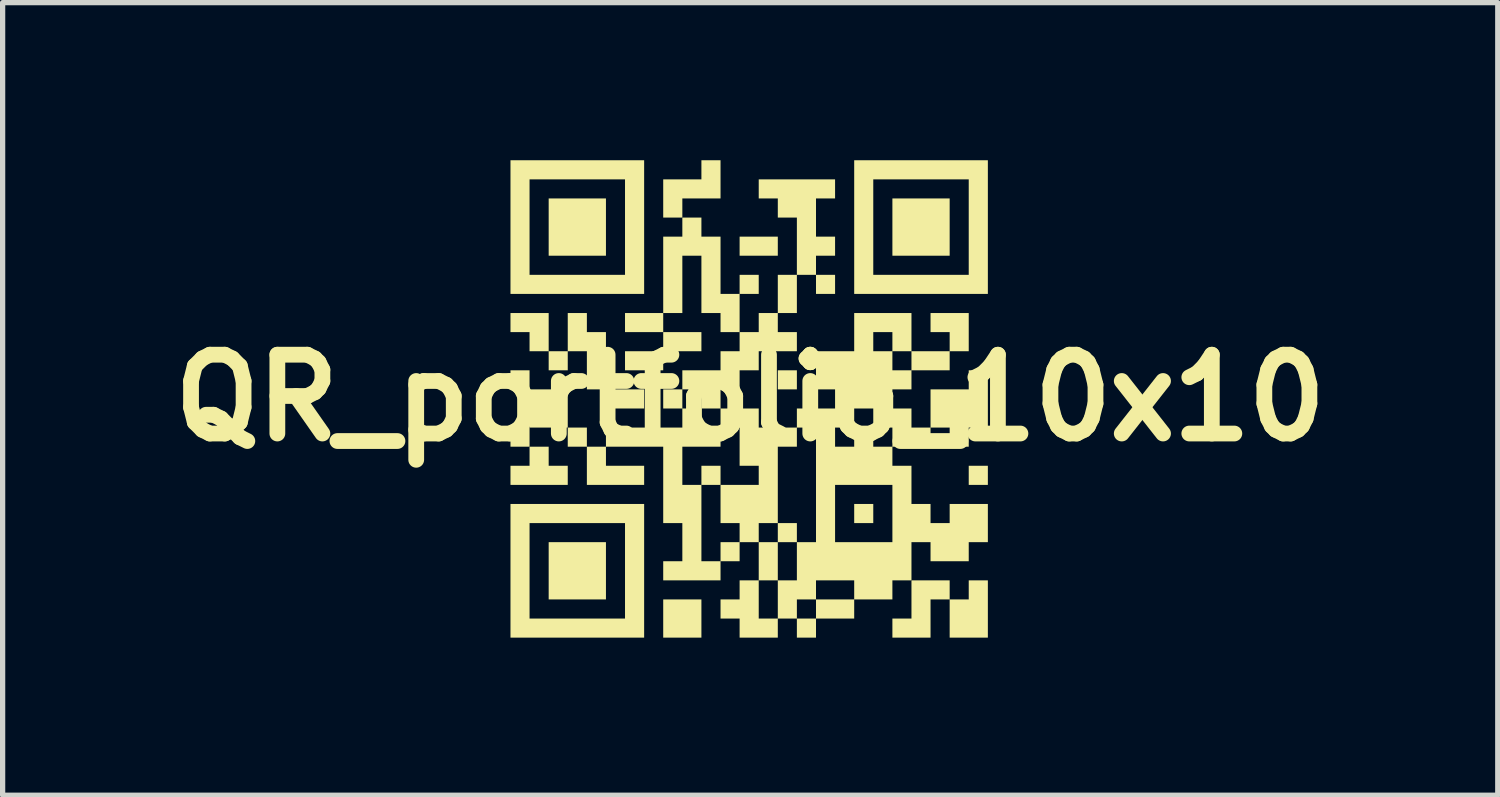
<source format=kicad_pcb>
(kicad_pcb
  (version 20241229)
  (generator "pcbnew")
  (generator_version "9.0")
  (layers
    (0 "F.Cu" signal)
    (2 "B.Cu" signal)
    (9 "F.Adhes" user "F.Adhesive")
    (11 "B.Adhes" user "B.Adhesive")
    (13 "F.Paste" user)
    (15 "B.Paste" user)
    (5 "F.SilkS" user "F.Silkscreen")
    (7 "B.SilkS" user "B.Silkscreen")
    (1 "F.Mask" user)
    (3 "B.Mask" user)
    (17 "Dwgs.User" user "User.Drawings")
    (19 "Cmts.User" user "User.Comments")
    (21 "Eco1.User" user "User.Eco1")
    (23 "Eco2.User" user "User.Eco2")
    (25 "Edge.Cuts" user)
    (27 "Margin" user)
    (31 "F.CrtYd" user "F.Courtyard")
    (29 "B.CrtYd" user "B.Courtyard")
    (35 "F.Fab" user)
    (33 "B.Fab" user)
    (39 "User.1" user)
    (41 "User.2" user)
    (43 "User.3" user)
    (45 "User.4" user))
  (footprint "QR_portfolio_10x10"
    (layer "F.Cu")
    (at 11.229 4.523)
    (property "Reference" "QR_portfolio_10x10" (at 0 0 0) (layer "F.SilkS") (effects (font (size 1.5 1.5) (thickness 0.3))))
    (attr board_only exclude_from_pos_files exclude_from_bom)
    (fp_poly (pts (xy -4.2 -0.343) (xy -4.2 -0.162) (xy -4.381 -0.162) (xy -4.563 -0.162) (xy -4.563 -0.343) (xy -4.563 -0.525) (xy -4.381 -0.525) (xy -4.2 -0.525)) (stroke (width 0) (type solid)) (fill yes) (layer "F.SilkS"))
    (fp_poly (pts (xy -2.746 -3.251) (xy -2.746 -2.706) (xy -3.291 -2.706) (xy -3.836 -2.706) (xy -3.836 -3.251) (xy -3.836 -3.796) (xy -3.291 -3.796) (xy -2.746 -3.796)) (stroke (width 0) (type solid)) (fill yes) (layer "F.SilkS"))
    (fp_poly (pts (xy -2.746 3.291) (xy -2.746 3.836) (xy -3.291 3.836) (xy -3.836 3.836) (xy -3.836 3.291) (xy -3.836 2.746) (xy -3.291 2.746) (xy -2.746 2.746)) (stroke (width 0) (type solid)) (fill yes) (layer "F.SilkS"))
    (fp_poly (pts (xy -2.019 0.02) (xy -2.019 0.202) (xy -2.383 0.202) (xy -2.746 0.202) (xy -2.746 0.02) (xy -2.746 -0.162) (xy -2.383 -0.162) (xy -2.019 -0.162)) (stroke (width 0) (type solid)) (fill yes) (layer "F.SilkS"))
    (fp_poly (pts (xy -0.929 4.2) (xy -0.929 4.563) (xy -1.292 4.563) (xy -1.656 4.563) (xy -1.656 4.2) (xy -1.656 3.836) (xy -1.292 3.836) (xy -0.929 3.836)) (stroke (width 0) (type solid)) (fill yes) (layer "F.SilkS"))
    (fp_poly (pts (xy -0.565 1.474) (xy -0.565 1.656) (xy -0.747 1.656) (xy -0.929 1.656) (xy -0.929 1.474) (xy -0.929 1.292) (xy -0.747 1.292) (xy -0.565 1.292)) (stroke (width 0) (type solid)) (fill yes) (layer "F.SilkS"))
    (fp_poly (pts (xy 0.525 -2.887) (xy 0.525 -2.706) (xy 0.162 -2.706) (xy -0.202 -2.706) (xy -0.202 -2.887) (xy -0.202 -3.069) (xy 0.162 -3.069) (xy 0.525 -3.069)) (stroke (width 0) (type solid)) (fill yes) (layer "F.SilkS"))
    (fp_poly (pts (xy 0.888 -0.343) (xy 0.888 -0.162) (xy 0.707 -0.162) (xy 0.525 -0.162) (xy 0.525 -0.343) (xy 0.525 -0.525) (xy 0.707 -0.525) (xy 0.888 -0.525)) (stroke (width 0) (type solid)) (fill yes) (layer "F.SilkS"))
    (fp_poly (pts (xy 0.888 2.564) (xy 0.888 2.746) (xy 0.707 2.746) (xy 0.525 2.746) (xy 0.525 2.564) (xy 0.525 2.383) (xy 0.707 2.383) (xy 0.888 2.383)) (stroke (width 0) (type solid)) (fill yes) (layer "F.SilkS"))
    (fp_poly (pts (xy 1.615 -2.16) (xy 1.615 -1.979) (xy 1.434 -1.979) (xy 1.252 -1.979) (xy 1.252 -2.16) (xy 1.252 -2.342) (xy 1.434 -2.342) (xy 1.615 -2.342)) (stroke (width 0) (type solid)) (fill yes) (layer "F.SilkS"))
    (fp_poly (pts (xy 2.342 2.201) (xy 2.342 2.383) (xy 2.16 2.383) (xy 1.979 2.383) (xy 1.979 2.201) (xy 1.979 2.019) (xy 2.16 2.019) (xy 2.342 2.019)) (stroke (width 0) (type solid)) (fill yes) (layer "F.SilkS"))
    (fp_poly (pts (xy 3.796 -3.251) (xy 3.796 -2.706) (xy 3.251 -2.706) (xy 2.706 -2.706) (xy 2.706 -3.251) (xy 2.706 -3.796) (xy 3.251 -3.796) (xy 3.796 -3.796)) (stroke (width 0) (type solid)) (fill yes) (layer "F.SilkS"))
    (fp_poly (pts (xy 4.523 1.474) (xy 4.523 1.656) (xy 4.341 1.656) (xy 4.159 1.656) (xy 4.159 1.474) (xy 4.159 1.292) (xy 4.341 1.292) (xy 4.523 1.292)) (stroke (width 0) (type solid)) (fill yes) (layer "F.SilkS"))
    (fp_poly (pts (xy -3.836 1.11) (xy -3.836 1.292) (xy -3.655 1.292) (xy -3.473 1.292) (xy -3.473 1.474) (xy -3.473 1.656) (xy -4.018 1.656) (xy -4.563 1.656) (xy -4.563 1.474) (xy -4.563 1.292) (xy -4.381 1.292) (xy -4.2 1.292) (xy -4.2 1.11) (xy -4.2 0.929) (xy -4.018 0.929) (xy -3.836 0.929)) (stroke (width 0) (type solid)) (fill yes) (layer "F.SilkS"))
    (fp_poly (pts (xy -3.473 0.202) (xy -3.473 0.565) (xy -3.836 0.565) (xy -4.2 0.565) (xy -4.2 0.747) (xy -4.2 0.929) (xy -4.381 0.929) (xy -4.563 0.929) (xy -4.563 0.747) (xy -4.563 0.565) (xy -4.381 0.565) (xy -4.2 0.565) (xy -4.2 0.202) (xy -4.2 -0.162) (xy -3.836 -0.162) (xy -3.473 -0.162)) (stroke (width 0) (type solid)) (fill yes) (layer "F.SilkS"))
    (fp_poly (pts (xy -0.929 -1.07) (xy -0.929 -0.888) (xy -1.292 -0.888) (xy -1.656 -0.888) (xy -1.656 -0.707) (xy -1.656 -0.525) (xy -2.019 -0.525) (xy -2.383 -0.525) (xy -2.383 -0.707) (xy -2.383 -0.888) (xy -2.019 -0.888) (xy -1.656 -0.888) (xy -1.656 -1.07) (xy -1.656 -1.252) (xy -1.292 -1.252) (xy -0.929 -1.252)) (stroke (width 0) (type solid)) (fill yes) (layer "F.SilkS"))
    (fp_poly (pts (xy -0.565 -4.159) (xy -0.565 -3.796) (xy -0.929 -3.796) (xy -1.292 -3.796) (xy -1.292 -3.614) (xy -1.292 -3.432) (xy -1.474 -3.432) (xy -1.656 -3.432) (xy -1.656 -3.796) (xy -1.656 -4.159) (xy -1.292 -4.159) (xy -0.929 -4.159) (xy -0.929 -4.341) (xy -0.929 -4.523) (xy -0.747 -4.523) (xy -0.565 -4.523)) (stroke (width 0) (type solid)) (fill yes) (layer "F.SilkS"))
    (fp_poly (pts (xy -2.019 -3.251) (xy -2.019 -1.979) (xy -3.291 -1.979) (xy -4.563 -1.979) (xy -4.563 -3.251) (xy -4.2 -3.251) (xy -4.2 -2.342) (xy -3.291 -2.342) (xy -2.383 -2.342) (xy -2.383 -3.251) (xy -2.383 -4.159) (xy -3.291 -4.159) (xy -4.2 -4.159) (xy -4.2 -3.251) (xy -4.563 -3.251) (xy -4.563 -4.523) (xy -3.291 -4.523) (xy -2.019 -4.523)) (stroke (width 0) (type solid)) (fill yes) (layer "F.SilkS"))
    (fp_poly (pts (xy -2.019 3.291) (xy -2.019 4.563) (xy -3.291 4.563) (xy -4.563 4.563) (xy -4.563 3.291) (xy -4.2 3.291) (xy -4.2 4.2) (xy -3.291 4.2) (xy -2.383 4.2) (xy -2.383 3.291) (xy -2.383 2.383) (xy -3.291 2.383) (xy -4.2 2.383) (xy -4.2 3.291) (xy -4.563 3.291) (xy -4.563 2.019) (xy -3.291 2.019) (xy -2.019 2.019)) (stroke (width 0) (type solid)) (fill yes) (layer "F.SilkS"))
    (fp_poly (pts (xy 4.523 -3.251) (xy 4.523 -1.979) (xy 3.251 -1.979) (xy 1.979 -1.979) (xy 1.979 -3.251) (xy 2.342 -3.251) (xy 2.342 -2.342) (xy 3.251 -2.342) (xy 4.159 -2.342) (xy 4.159 -3.251) (xy 4.159 -4.159) (xy 3.251 -4.159) (xy 2.342 -4.159) (xy 2.342 -3.251) (xy 1.979 -3.251) (xy 1.979 -4.523) (xy 3.251 -4.523) (xy 4.523 -4.523)) (stroke (width 0) (type solid)) (fill yes) (layer "F.SilkS"))
    (fp_poly (pts (xy 3.796 3.655) (xy 3.796 3.836) (xy 3.978 3.836) (xy 4.159 3.836) (xy 4.159 3.655) (xy 4.159 3.473) (xy 4.341 3.473) (xy 4.523 3.473) (xy 4.523 4.018) (xy 4.523 4.563) (xy 4.159 4.563) (xy 3.796 4.563) (xy 3.796 4.2) (xy 3.796 3.836) (xy 3.614 3.836) (xy 3.432 3.836) (xy 3.432 4.2) (xy 3.432 4.563) (xy 3.069 4.563) (xy 2.706 4.563) (xy 2.706 4.381) (xy 2.706 4.2) (xy 2.887 4.2) (xy 3.069 4.2) (xy 3.069 3.836) (xy 3.069 3.473) (xy 3.432 3.473) (xy 3.796 3.473)) (stroke (width 0) (type solid)) (fill yes) (layer "F.SilkS"))
    (fp_poly (pts (xy -3.836 -1.252) (xy -3.836 -0.888) (xy -3.655 -0.888) (xy -3.473 -0.888) (xy -3.473 -1.252) (xy -3.473 -1.615) (xy -3.291 -1.615) (xy -3.109 -1.615) (xy -3.109 -1.434) (xy -3.109 -1.252) (xy -2.928 -1.252) (xy -2.746 -1.252) (xy -2.746 -0.707) (xy -2.746 -0.162) (xy -2.928 -0.162) (xy -3.109 -0.162) (xy -3.109 -0.525) (xy -3.109 -0.888) (xy -3.291 -0.888) (xy -3.473 -0.888) (xy -3.473 -0.707) (xy -3.473 -0.525) (xy -3.655 -0.525) (xy -3.836 -0.525) (xy -3.836 -0.707) (xy -3.836 -0.888) (xy -4.018 -0.888) (xy -4.2 -0.888) (xy -4.2 -1.07) (xy -4.2 -1.252) (xy -4.381 -1.252) (xy -4.563 -1.252) (xy -4.563 -1.434) (xy -4.563 -1.615) (xy -4.2 -1.615) (xy -3.836 -1.615)) (stroke (width 0) (type solid)) (fill yes) (layer "F.SilkS"))
    (fp_poly (pts (xy 1.615 -3.978) (xy 1.615 -3.796) (xy 1.434 -3.796) (xy 1.252 -3.796) (xy 1.252 -3.432) (xy 1.252 -3.069) (xy 1.434 -3.069) (xy 1.615 -3.069) (xy 1.615 -2.887) (xy 1.615 -2.706) (xy 1.434 -2.706) (xy 1.252 -2.706) (xy 1.252 -2.524) (xy 1.252 -2.342) (xy 1.07 -2.342) (xy 0.888 -2.342) (xy 0.888 -1.979) (xy 0.888 -1.615) (xy 0.707 -1.615) (xy 0.525 -1.615) (xy 0.525 -1.434) (xy 0.525 -1.252) (xy 0.707 -1.252) (xy 0.888 -1.252) (xy 0.888 -1.07) (xy 0.888 -0.888) (xy 0.525 -0.888) (xy 0.162 -0.888) (xy 0.162 -0.707) (xy 0.162 -0.525) (xy -0.02 -0.525) (xy -0.202 -0.525) (xy -0.202 -0.343) (xy -0.202 -0.162) (xy -0.384 -0.162) (xy -0.565 -0.162) (xy -0.565 0.02) (xy -0.565 0.202) (xy -0.747 0.202) (xy -0.929 0.202) (xy -0.929 0.384) (xy -0.929 0.565) (xy -0.747 0.565) (xy -0.565 0.565) (xy -0.565 0.384) (xy -0.565 0.202) (xy -0.202 0.202) (xy 0.162 0.202) (xy 0.162 0.384) (xy 0.162 0.565) (xy 0.525 0.565) (xy 0.888 0.565) (xy 0.888 0.384) (xy 0.888 0.202) (xy 1.252 0.202) (xy 1.615 0.202) (xy 1.615 0.02) (xy 1.615 -0.162) (xy 1.434 -0.162) (xy 1.252 -0.162) (xy 1.252 -0.525) (xy 1.252 -0.707) (xy 2.706 -0.707) (xy 2.706 -0.525) (xy 2.887 -0.525) (xy 3.069 -0.525) (xy 3.069 -0.707) (xy 3.069 -0.888) (xy 2.887 -0.888) (xy 2.706 -0.888) (xy 2.706 -0.707) (xy 1.252 -0.707) (xy 1.252 -0.888) (xy 1.615 -0.888) (xy 1.979 -0.888) (xy 1.979 -1.07) (xy 2.342 -1.07) (xy 2.342 -0.888) (xy 2.524 -0.888) (xy 2.706 -0.888) (xy 2.706 -1.07) (xy 2.706 -1.252) (xy 2.524 -1.252) (xy 2.342 -1.252) (xy 2.342 -1.07) (xy 1.979 -1.07) (xy 1.979 -1.252) (xy 1.979 -1.615) (xy 2.524 -1.615) (xy 3.069 -1.615) (xy 3.069 -1.252) (xy 3.069 -0.888) (xy 3.432 -0.888) (xy 3.796 -0.888) (xy 3.796 -1.07) (xy 3.796 -1.252) (xy 3.614 -1.252) (xy 3.432 -1.252) (xy 3.432 -1.434) (xy 3.432 -1.615) (xy 3.796 -1.615) (xy 4.159 -1.615) (xy 4.159 -1.252) (xy 4.159 -0.888) (xy 3.978 -0.888) (xy 3.796 -0.888) (xy 3.796 -0.707) (xy 3.796 -0.525) (xy 3.432 -0.525) (xy 3.069 -0.525) (xy 3.069 -0.343) (xy 3.069 -0.162) (xy 2.887 -0.162) (xy 2.706 -0.162) (xy 2.706 0.02) (xy 2.706 0.202) (xy 2.887 0.202) (xy 3.069 0.202) (xy 3.069 0.384) (xy 3.069 0.565) (xy 3.251 0.565) (xy 3.432 0.565) (xy 3.432 0.202) (xy 3.432 -0.162) (xy 3.796 -0.162) (xy 4.159 -0.162) (xy 4.159 -0.343) (xy 4.159 -0.525) (xy 4.341 -0.525) (xy 4.523 -0.525) (xy 4.523 0.02) (xy 4.523 0.565) (xy 4.341 0.565) (xy 4.159 0.565) (xy 4.159 0.747) (xy 4.159 0.929) (xy 3.978 0.929) (xy 3.796 0.929) (xy 3.796 0.747) (xy 3.796 0.565) (xy 3.614 0.565) (xy 3.432 0.565) (xy 3.432 0.747) (xy 3.432 0.929) (xy 3.069 0.929) (xy 2.706 0.929) (xy 2.706 1.11) (xy 2.706 1.292) (xy 2.887 1.292) (xy 3.069 1.292) (xy 3.069 1.656) (xy 3.069 2.019) (xy 3.251 2.019) (xy 3.432 2.019) (xy 3.432 2.201) (xy 3.432 2.383) (xy 3.614 2.383) (xy 3.796 2.383) (xy 3.796 2.201) (xy 3.796 2.019) (xy 4.159 2.019) (xy 4.523 2.019) (xy 4.523 2.383) (xy 4.523 2.746) (xy 4.341 2.746) (xy 4.159 2.746) (xy 4.159 2.928) (xy 4.159 3.109) (xy 3.796 3.109) (xy 3.432 3.109) (xy 3.432 2.928) (xy 3.432 2.746) (xy 3.251 2.746) (xy 3.069 2.746) (xy 3.069 3.109) (xy 3.069 3.473) (xy 2.887 3.473) (xy 2.706 3.473) (xy 2.706 3.655) (xy 2.706 3.836) (xy 2.342 3.836) (xy 1.979 3.836) (xy 1.979 4.018) (xy 1.979 4.2) (xy 1.615 4.2) (xy 1.252 4.2) (xy 1.252 4.381) (xy 1.252 4.563) (xy 1.07 4.563) (xy 0.888 4.563) (xy 0.888 4.381) (xy 0.888 4.2) (xy 0.707 4.2) (xy 0.525 4.2) (xy 0.525 4.381) (xy 0.525 4.563) (xy 0.162 4.563) (xy -0.202 4.563) (xy -0.202 4.381) (xy -0.202 4.2) (xy -0.384 4.2) (xy -0.565 4.2) (xy -0.565 4.018) (xy -0.565 3.836) (xy -0.384 3.836) (xy -0.202 3.836) (xy -0.202 3.655) (xy -0.202 3.473) (xy -0.02 3.473) (xy 0.162 3.473) (xy 0.162 3.109) (xy 0.162 2.746) (xy 0.343 2.746) (xy 0.525 2.746) (xy 0.525 3.109) (xy 0.525 3.473) (xy 0.343 3.473) (xy 0.162 3.473) (xy 0.162 3.836) (xy 0.162 4.2) (xy 0.343 4.2) (xy 0.525 4.2) (xy 0.525 3.836) (xy 0.888 3.836) (xy 0.888 4.018) (xy 0.888 4.2) (xy 1.07 4.2) (xy 1.252 4.2) (xy 1.252 4.018) (xy 1.252 3.836) (xy 1.615 3.836) (xy 1.979 3.836) (xy 1.979 3.655) (xy 1.979 3.473) (xy 1.615 3.473) (xy 1.252 3.473) (xy 1.252 3.655) (xy 1.252 3.836) (xy 1.07 3.836) (xy 0.888 3.836) (xy 0.525 3.836) (xy 0.525 3.473) (xy 0.707 3.473) (xy 0.888 3.473) (xy 0.888 3.109) (xy 0.888 2.746) (xy 1.07 2.746) (xy 1.252 2.746) (xy 1.252 2.201) (xy 1.615 2.201) (xy 1.615 2.746) (xy 2.16 2.746) (xy 2.706 2.746) (xy 2.706 2.201) (xy 2.706 1.656) (xy 2.16 1.656) (xy 1.615 1.656) (xy 1.615 2.201) (xy 1.252 2.201) (xy 1.252 1.656) (xy 1.252 0.565) (xy 1.615 0.565) (xy 1.615 0.747) (xy 1.615 0.929) (xy 1.797 0.929) (xy 1.979 0.929) (xy 1.979 0.747) (xy 2.342 0.747) (xy 2.342 0.929) (xy 2.524 0.929) (xy 2.706 0.929) (xy 2.706 0.747) (xy 2.706 0.565) (xy 2.524 0.565) (xy 2.342 0.565) (xy 2.342 0.747) (xy 1.979 0.747) (xy 1.979 0.565) (xy 2.16 0.565) (xy 2.342 0.565) (xy 2.342 0.384) (xy 2.342 0.202) (xy 2.16 0.202) (xy 1.979 0.202) (xy 1.979 0.384) (xy 1.979 0.565) (xy 1.797 0.565) (xy 1.615 0.565) (xy 1.252 0.565) (xy 1.07 0.565) (xy 0.888 0.565) (xy 0.888 0.747) (xy 0.888 0.929) (xy 0.707 0.929) (xy 0.525 0.929) (xy 0.525 1.656) (xy 0.525 2.383) (xy 0.343 2.383) (xy 0.162 2.383) (xy 0.162 2.564) (xy 0.162 2.746) (xy -0.02 2.746) (xy -0.202 2.746) (xy -0.202 2.928) (xy -0.202 3.109) (xy -0.384 3.109) (xy -0.565 3.109) (xy -0.565 3.291) (xy -0.565 3.473) (xy -1.11 3.473) (xy -1.656 3.473) (xy -1.656 3.291) (xy -1.656 3.109) (xy -1.474 3.109) (xy -1.292 3.109) (xy -1.292 2.746) (xy -1.292 2.383) (xy -1.474 2.383) (xy -1.656 2.383) (xy -1.656 1.656) (xy -1.656 0.929) (xy -1.292 0.929) (xy -1.292 1.292) (xy -1.292 1.656) (xy -1.11 1.656) (xy -0.929 1.656) (xy -0.929 2.383) (xy -0.929 3.109) (xy -0.747 3.109) (xy -0.565 3.109) (xy -0.565 2.928) (xy -0.565 2.746) (xy -0.384 2.746) (xy -0.202 2.746) (xy -0.202 2.564) (xy -0.202 2.383) (xy -0.384 2.383) (xy -0.565 2.383) (xy -0.565 2.019) (xy -0.565 1.656) (xy -0.202 1.656) (xy 0.162 1.656) (xy 0.162 1.474) (xy 0.162 1.292) (xy -0.02 1.292) (xy -0.202 1.292) (xy -0.202 0.929) (xy -0.202 0.565) (xy -0.384 0.565) (xy -0.565 0.565) (xy -0.565 0.747) (xy -0.565 0.929) (xy -0.929 0.929) (xy -1.292 0.929) (xy -1.656 0.929) (xy -2.201 0.929) (xy -2.746 0.929) (xy -2.746 1.11) (xy -2.746 1.292) (xy -2.383 1.292) (xy -2.019 1.292) (xy -2.019 1.474) (xy -2.019 1.656) (xy -2.564 1.656) (xy -3.109 1.656) (xy -3.109 1.292) (xy -3.109 0.929) (xy -3.291 0.929) (xy -3.473 0.929) (xy -3.473 0.747) (xy -3.473 0.565) (xy -3.291 0.565) (xy -3.109 0.565) (xy -3.109 0.747) (xy -3.109 0.929) (xy -2.928 0.929) (xy -2.746 0.929) (xy -2.746 0.747) (xy -2.746 0.565) (xy -2.019 0.565) (xy -1.292 0.565) (xy -1.292 0.384) (xy -1.292 0.202) (xy -1.474 0.202) (xy -1.656 0.202) (xy -1.656 0.02) (xy -1.292 0.02) (xy -1.292 0.202) (xy -1.11 0.202) (xy -0.929 0.202) (xy -0.929 0.02) (xy -0.929 -0.162) (xy -1.11 -0.162) (xy -1.292 -0.162) (xy -1.292 0.02) (xy -1.656 0.02) (xy -1.656 -0.162) (xy -1.474 -0.162) (xy -1.292 -0.162) (xy -1.292 -0.343) (xy -1.292 -0.525) (xy -0.929 -0.525) (xy -0.565 -0.525) (xy -0.565 -0.707) (xy -0.565 -0.888) (xy -0.384 -0.888) (xy -0.202 -0.888) (xy -0.202 -1.07) (xy -0.202 -1.252) (xy -0.384 -1.252) (xy -0.565 -1.252) (xy -0.565 -1.434) (xy -0.565 -1.615) (xy -0.747 -1.615) (xy -0.929 -1.615) (xy -0.929 -2.16) (xy -0.929 -2.706) (xy -1.11 -2.706) (xy -1.292 -2.706) (xy -1.292 -2.16) (xy -1.292 -1.615) (xy -1.474 -1.615) (xy -1.656 -1.615) (xy -1.656 -1.434) (xy -1.656 -1.252) (xy -2.019 -1.252) (xy -2.383 -1.252) (xy -2.383 -1.434) (xy -2.383 -1.615) (xy -2.019 -1.615) (xy -1.656 -1.615) (xy -1.656 -2.342) (xy -1.656 -3.069) (xy -1.474 -3.069) (xy -1.292 -3.069) (xy -1.292 -3.251) (xy -1.292 -3.432) (xy -1.11 -3.432) (xy -0.929 -3.432) (xy -0.929 -3.251) (xy -0.929 -3.069) (xy -0.747 -3.069) (xy -0.565 -3.069) (xy -0.565 -2.524) (xy -0.565 -1.979) (xy -0.384 -1.979) (xy -0.202 -1.979) (xy -0.202 -2.16) (xy -0.202 -2.342) (xy -0.02 -2.342) (xy 0.162 -2.342) (xy 0.162 -2.16) (xy 0.162 -1.979) (xy -0.02 -1.979) (xy -0.202 -1.979) (xy -0.202 -1.615) (xy -0.202 -1.252) (xy -0.02 -1.252) (xy 0.162 -1.252) (xy 0.162 -1.434) (xy 0.162 -1.615) (xy 0.343 -1.615) (xy 0.525 -1.615) (xy 0.525 -1.979) (xy 0.525 -2.342) (xy 0.707 -2.342) (xy 0.888 -2.342) (xy 0.888 -2.887) (xy 0.888 -3.432) (xy 0.707 -3.432) (xy 0.525 -3.432) (xy 0.525 -3.614) (xy 0.525 -3.796) (xy 0.343 -3.796) (xy 0.162 -3.796) (xy 0.162 -3.978) (xy 0.162 -4.159) (xy 0.888 -4.159) (xy 1.615 -4.159)) (stroke (width 0) (type solid)) (fill yes) (layer "F.SilkS")))
  (gr_rect
    (start -3 -3)
    (end 25.457 12.086)
    (stroke (width 0.1) (type default))
    (fill no)
    (layer "Edge.Cuts")))
</source>
